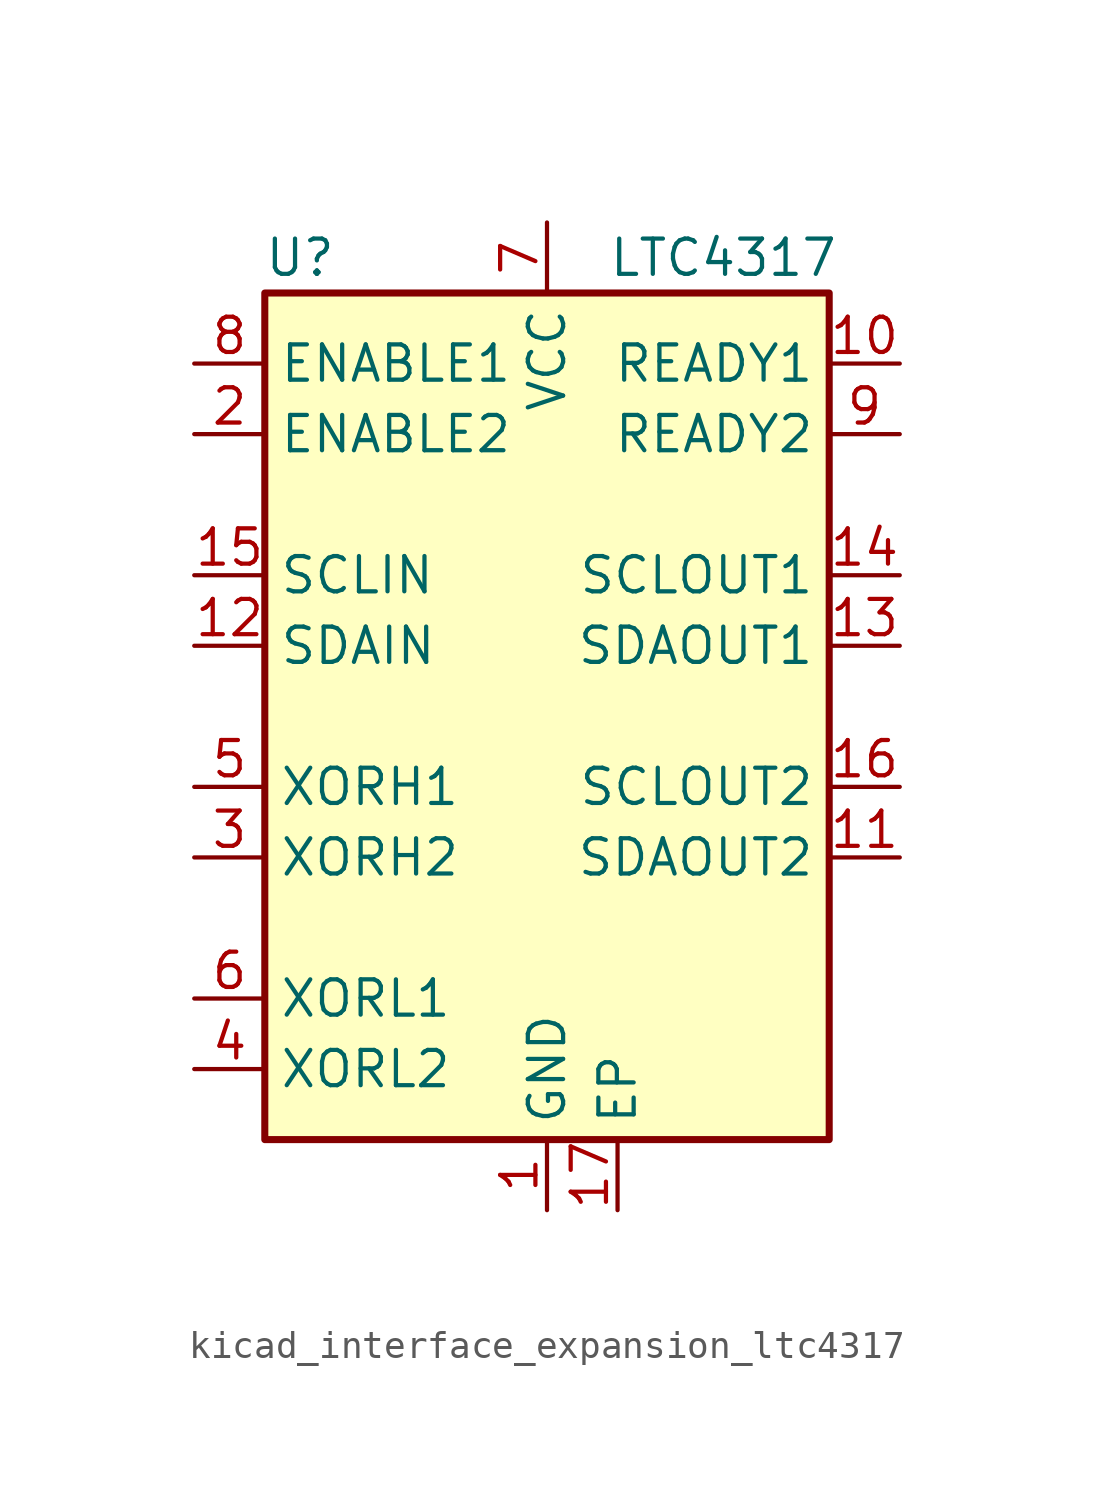
<source format=kicad_sym>
(kicad_symbol_lib
  (version 20220914)
  (generator kicad_symbol_editor)
  (symbol "kicad_interface_expansion_ltc4317"
    (property "Reference" "U"
      (at -8.89 16.51 0)
      (effects (font (size 1.27 1.27))))
    (property "Value" "LTC4317"
      (at 6.35 16.51 0)
      (effects (font (size 1.27 1.27))))
    (symbol "kicad_interface_expansion_ltc4317_0_1"
      (rectangle (start -10.16 15.24) (end 10.16 -15.24) (stroke (width 0.254) (type default)) (fill (type background))))
    (symbol "kicad_interface_expansion_ltc4317_1_1"
      (pin power_in line (at 0 -17.78 90) (length 2.54) (name "GND" (effects (font (size 1.27 1.27)))) (number "1" (effects (font (size 1.27 1.27)))))
      (pin open_collector line (at 12.7 12.7 180) (length 2.54) (name "READY1" (effects (font (size 1.27 1.27)))) (number "10" (effects (font (size 1.27 1.27)))))
      (pin bidirectional line (at 12.7 -5.08 180) (length 2.54) (name "SDAOUT2" (effects (font (size 1.27 1.27)))) (number "11" (effects (font (size 1.27 1.27)))))
      (pin bidirectional line (at -12.7 2.54 0) (length 2.54) (name "SDAIN" (effects (font (size 1.27 1.27)))) (number "12" (effects (font (size 1.27 1.27)))))
      (pin bidirectional line (at 12.7 2.54 180) (length 2.54) (name "SDAOUT1" (effects (font (size 1.27 1.27)))) (number "13" (effects (font (size 1.27 1.27)))))
      (pin output line (at 12.7 5.08 180) (length 2.54) (name "SCLOUT1" (effects (font (size 1.27 1.27)))) (number "14" (effects (font (size 1.27 1.27)))))
      (pin input line (at -12.7 5.08 0) (length 2.54) (name "SCLIN" (effects (font (size 1.27 1.27)))) (number "15" (effects (font (size 1.27 1.27)))))
      (pin output line (at 12.7 -2.54 180) (length 2.54) (name "SCLOUT2" (effects (font (size 1.27 1.27)))) (number "16" (effects (font (size 1.27 1.27)))))
      (pin passive line (at 2.54 -17.78 90) (length 2.54) (name "EP" (effects (font (size 1.27 1.27)))) (number "17" (effects (font (size 1.27 1.27)))))
      (pin input line (at -12.7 10.16 0) (length 2.54) (name "ENABLE2" (effects (font (size 1.27 1.27)))) (number "2" (effects (font (size 1.27 1.27)))))
      (pin input line (at -12.7 -5.08 0) (length 2.54) (name "XORH2" (effects (font (size 1.27 1.27)))) (number "3" (effects (font (size 1.27 1.27)))))
      (pin input line (at -12.7 -12.7 0) (length 2.54) (name "XORL2" (effects (font (size 1.27 1.27)))) (number "4" (effects (font (size 1.27 1.27)))))
      (pin input line (at -12.7 -2.54 0) (length 2.54) (name "XORH1" (effects (font (size 1.27 1.27)))) (number "5" (effects (font (size 1.27 1.27)))))
      (pin input line (at -12.7 -10.16 0) (length 2.54) (name "XORL1" (effects (font (size 1.27 1.27)))) (number "6" (effects (font (size 1.27 1.27)))))
      (pin power_in line (at 0 17.78 270) (length 2.54) (name "VCC" (effects (font (size 1.27 1.27)))) (number "7" (effects (font (size 1.27 1.27)))))
      (pin input line (at -12.7 12.7 0) (length 2.54) (name "ENABLE1" (effects (font (size 1.27 1.27)))) (number "8" (effects (font (size 1.27 1.27)))))
      (pin open_collector line (at 12.7 10.16 180) (length 2.54) (name "READY2" (effects (font (size 1.27 1.27)))) (number "9" (effects (font (size 1.27 1.27))))))))
</source>
